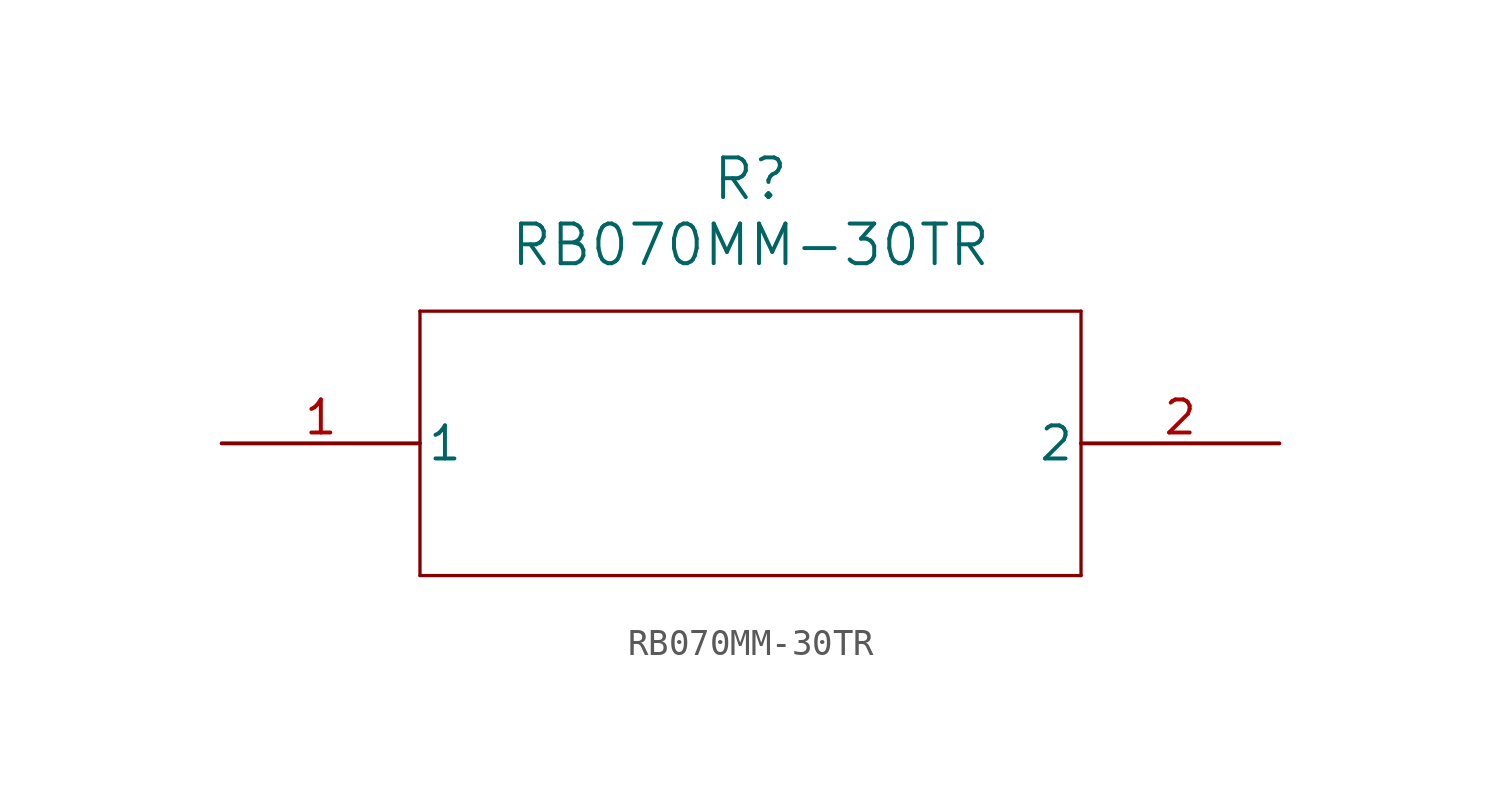
<source format=kicad_sym>
(kicad_symbol_lib
  (version 20211014)
  (generator kicad_symbol_editor)
  (symbol "RB070MM-30TR"
    (pin_names
      (offset 0.254))
    (property "Reference" "R"
      (at 20.32 10.16 0)
      (effects (font (size 1.524 1.524))))
    (property "Value" "RB070MM-30TR"
      (at 20.32 7.62 0)
      (effects (font (size 1.524 1.524))))
    (symbol "RB070MM-30TR_0_1"
      (polyline (pts (xy 7.62 5.08) (xy 7.62 -5.08)) (stroke (width 0.127) (type default) (color 0 0 0 0)) (fill (type none)))
      (polyline (pts (xy 7.62 -5.08) (xy 33.02 -5.08)) (stroke (width 0.127) (type default) (color 0 0 0 0)) (fill (type none)))
      (polyline (pts (xy 33.02 -5.08) (xy 33.02 5.08)) (stroke (width 0.127) (type default) (color 0 0 0 0)) (fill (type none)))
      (polyline (pts (xy 33.02 5.08) (xy 7.62 5.08)) (stroke (width 0.127) (type default) (color 0 0 0 0)) (fill (type none)))
      (pin unspecified line (at 0 0 0) (length 7.62) (name "1" (effects (font (size 1.27 1.27)))) (number "1" (effects (font (size 1.27 1.27)))))
      (pin unspecified line (at 40.64 0 180) (length 7.62) (name "2" (effects (font (size 1.27 1.27)))) (number "2" (effects (font (size 1.27 1.27))))))))
</source>
